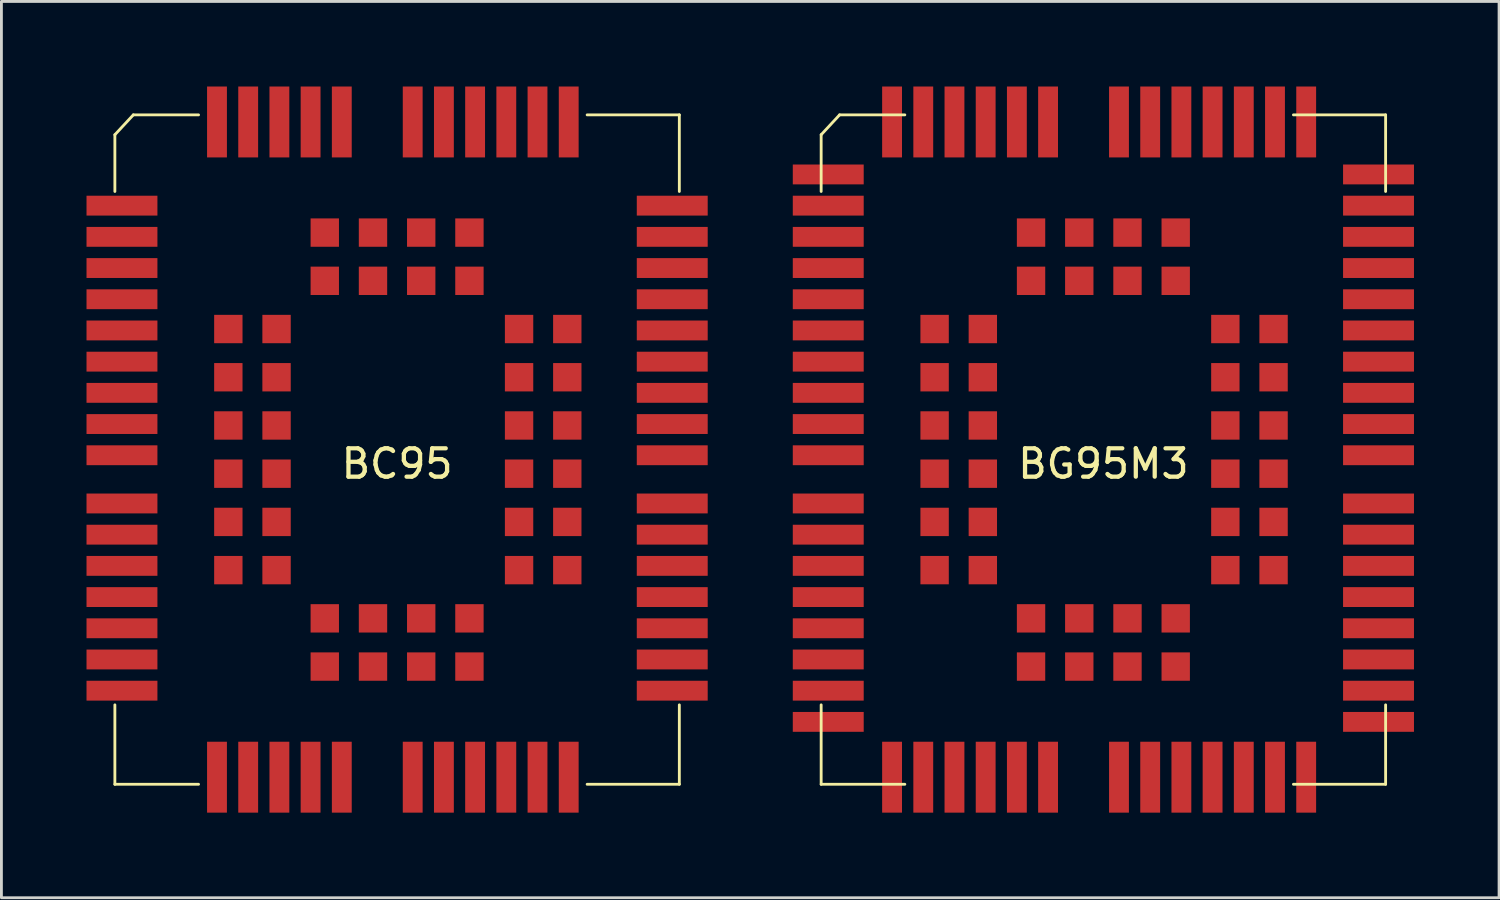
<source format=kicad_pcb>
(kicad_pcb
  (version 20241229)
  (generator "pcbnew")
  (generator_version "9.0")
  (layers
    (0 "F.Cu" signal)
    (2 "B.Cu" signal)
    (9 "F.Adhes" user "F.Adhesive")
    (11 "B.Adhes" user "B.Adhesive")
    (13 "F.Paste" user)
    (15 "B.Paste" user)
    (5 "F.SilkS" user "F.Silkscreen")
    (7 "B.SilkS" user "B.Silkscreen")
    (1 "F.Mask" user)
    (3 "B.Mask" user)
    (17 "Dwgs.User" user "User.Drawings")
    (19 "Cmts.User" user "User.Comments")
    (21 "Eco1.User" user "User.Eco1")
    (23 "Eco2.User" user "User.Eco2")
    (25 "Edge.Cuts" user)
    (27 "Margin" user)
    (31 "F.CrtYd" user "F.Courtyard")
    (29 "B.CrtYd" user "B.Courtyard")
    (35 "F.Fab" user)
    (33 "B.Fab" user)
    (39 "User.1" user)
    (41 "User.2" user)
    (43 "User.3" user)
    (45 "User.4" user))
  (footprint "BG95M3"
    (layer "F.Cu")
    (at 35.85 12.8)
    (property "Reference" "BG95M3" (at 0 0.5 0) (layer "F.SilkS") (effects (font (size 1 1) (thickness 0.15))))
    (attr through_hole)
    (fp_line (start -9.95 -11.1) (end -9.95 -9.1) (stroke (width 0.1) (type solid)) (layer "F.SilkS"))
    (fp_line (start -9.95 9) (end -9.95 11.8) (stroke (width 0.1) (type solid)) (layer "F.SilkS"))
    (fp_line (start -9.95 11.8) (end -7 11.8) (stroke (width 0.1) (type solid)) (layer "F.SilkS"))
    (fp_line (start -9.3 -11.8) (end -9.95 -11.1) (stroke (width 0.1) (type solid)) (layer "F.SilkS"))
    (fp_line (start -9.3 -11.8) (end -7 -11.8) (stroke (width 0.1) (type solid)) (layer "F.SilkS"))
    (fp_line (start 6.7 11.8) (end 9.95 11.8) (stroke (width 0.1) (type solid)) (layer "F.SilkS"))
    (fp_line (start 9.95 -11.8) (end 6.7 -11.8) (stroke (width 0.1) (type solid)) (layer "F.SilkS"))
    (fp_line (start 9.95 -11.8) (end 9.95 -9.1) (stroke (width 0.1) (type solid)) (layer "F.SilkS"))
    (fp_line (start 9.95 9) (end 9.95 11.8) (stroke (width 0.1) (type solid)) (layer "F.SilkS"))
    (pad "1" smd rect (at -9.7 -9.7 90) (size 0.7 2.5) (layers "F.Cu" "F.Mask" "F.Paste"))
    (pad "1" smd rect (at -9.7 -8.6 90) (size 0.7 2.5) (layers "F.Cu" "F.Mask" "F.Paste"))
    (pad "2" smd rect (at -9.7 -7.5 90) (size 0.7 2.5) (layers "F.Cu" "F.Mask" "F.Paste"))
    (pad "3" smd rect (at -9.7 -6.4 90) (size 0.7 2.5) (layers "F.Cu" "F.Mask" "F.Paste"))
    (pad "4" smd rect (at -9.7 -5.3 90) (size 0.7 2.5) (layers "F.Cu" "F.Mask" "F.Paste"))
    (pad "5" smd rect (at -9.7 -4.2 90) (size 0.7 2.5) (layers "F.Cu" "F.Mask" "F.Paste"))
    (pad "6" smd rect (at -9.7 -3.1 90) (size 0.7 2.5) (layers "F.Cu" "F.Mask" "F.Paste"))
    (pad "7" smd rect (at -9.7 -2 90) (size 0.7 2.5) (layers "F.Cu" "F.Mask" "F.Paste"))
    (pad "8" smd rect (at -9.7 -0.9 90) (size 0.7 2.5) (layers "F.Cu" "F.Mask" "F.Paste"))
    (pad "9" smd rect (at -9.7 0.2 90) (size 0.7 2.5) (layers "F.Cu" "F.Mask" "F.Paste"))
    (pad "10" smd rect (at -9.7 1.9 90) (size 0.7 2.5) (layers "F.Cu" "F.Mask" "F.Paste"))
    (pad "11" smd rect (at -9.7 3 90) (size 0.7 2.5) (layers "F.Cu" "F.Mask" "F.Paste"))
    (pad "12" smd rect (at -9.7 4.1 90) (size 0.7 2.5) (layers "F.Cu" "F.Mask" "F.Paste"))
    (pad "13" smd rect (at -9.7 5.2 90) (size 0.7 2.5) (layers "F.Cu" "F.Mask" "F.Paste"))
    (pad "14" smd rect (at -9.7 6.3 90) (size 0.7 2.5) (layers "F.Cu" "F.Mask" "F.Paste"))
    (pad "15" smd rect (at -9.7 7.4 90) (size 0.7 2.5) (layers "F.Cu" "F.Mask" "F.Paste"))
    (pad "16" smd rect (at -9.7 8.5 90) (size 0.7 2.5) (layers "F.Cu" "F.Mask" "F.Paste"))
    (pad "16" smd rect (at -9.7 9.6 90) (size 0.7 2.5) (layers "F.Cu" "F.Mask" "F.Paste"))
    (pad "17" smd rect (at -7.45 11.55) (size 0.7 2.5) (layers "F.Cu" "F.Mask" "F.Paste"))
    (pad "17" smd rect (at -6.35 11.55) (size 0.7 2.5) (layers "F.Cu" "F.Mask" "F.Paste"))
    (pad "18" smd rect (at -5.25 11.55) (size 0.7 2.5) (layers "F.Cu" "F.Mask" "F.Paste"))
    (pad "19" smd rect (at -4.15 11.55) (size 0.7 2.5) (layers "F.Cu" "F.Mask" "F.Paste"))
    (pad "20" smd rect (at -3.05 11.55) (size 0.7 2.5) (layers "F.Cu" "F.Mask" "F.Paste"))
    (pad "21" smd rect (at -1.95 11.55) (size 0.7 2.5) (layers "F.Cu" "F.Mask" "F.Paste"))
    (pad "22" smd rect (at 0.55 11.55) (size 0.7 2.5) (layers "F.Cu" "F.Mask" "F.Paste"))
    (pad "23" smd rect (at 1.65 11.55) (size 0.7 2.5) (layers "F.Cu" "F.Mask" "F.Paste"))
    (pad "24" smd rect (at 2.75 11.55) (size 0.7 2.5) (layers "F.Cu" "F.Mask" "F.Paste"))
    (pad "25" smd rect (at 3.85 11.55) (size 0.7 2.5) (layers "F.Cu" "F.Mask" "F.Paste"))
    (pad "26" smd rect (at 4.95 11.55) (size 0.7 2.5) (layers "F.Cu" "F.Mask" "F.Paste"))
    (pad "27" smd rect (at 6.05 11.55) (size 0.7 2.5) (layers "F.Cu" "F.Mask" "F.Paste"))
    (pad "27" smd rect (at 7.15 11.55) (size 0.7 2.5) (layers "F.Cu" "F.Mask" "F.Paste"))
    (pad "28" smd rect (at 9.7 8.5 90) (size 0.7 2.5) (layers "F.Cu" "F.Mask" "F.Paste"))
    (pad "28" smd rect (at 9.7 9.6 90) (size 0.7 2.5) (layers "F.Cu" "F.Mask" "F.Paste"))
    (pad "29" smd rect (at 9.7 7.4 90) (size 0.7 2.5) (layers "F.Cu" "F.Mask" "F.Paste"))
    (pad "30" smd rect (at 9.7 6.3 90) (size 0.7 2.5) (layers "F.Cu" "F.Mask" "F.Paste"))
    (pad "31" smd rect (at 9.7 5.2 90) (size 0.7 2.5) (layers "F.Cu" "F.Mask" "F.Paste"))
    (pad "32" smd rect (at 9.7 4.1 90) (size 0.7 2.5) (layers "F.Cu" "F.Mask" "F.Paste"))
    (pad "33" smd rect (at 9.7 3 90) (size 0.7 2.5) (layers "F.Cu" "F.Mask" "F.Paste"))
    (pad "34" smd rect (at 9.7 1.9 90) (size 0.7 2.5) (layers "F.Cu" "F.Mask" "F.Paste"))
    (pad "35" smd rect (at 9.7 0.2 90) (size 0.7 2.5) (layers "F.Cu" "F.Mask" "F.Paste"))
    (pad "36" smd rect (at 9.7 -0.9 90) (size 0.7 2.5) (layers "F.Cu" "F.Mask" "F.Paste"))
    (pad "37" smd rect (at 9.7 -2 90) (size 0.7 2.5) (layers "F.Cu" "F.Mask" "F.Paste"))
    (pad "38" smd rect (at 9.7 -3.1 90) (size 0.7 2.5) (layers "F.Cu" "F.Mask" "F.Paste"))
    (pad "39" smd rect (at 9.7 -4.2 90) (size 0.7 2.5) (layers "F.Cu" "F.Mask" "F.Paste"))
    (pad "40" smd rect (at 9.7 -5.3 90) (size 0.7 2.5) (layers "F.Cu" "F.Mask" "F.Paste"))
    (pad "41" smd rect (at 9.7 -6.4 90) (size 0.7 2.5) (layers "F.Cu" "F.Mask" "F.Paste"))
    (pad "42" smd rect (at 9.7 -7.5 90) (size 0.7 2.5) (layers "F.Cu" "F.Mask" "F.Paste"))
    (pad "43" smd rect (at 9.7 -9.7 90) (size 0.7 2.5) (layers "F.Cu" "F.Mask" "F.Paste"))
    (pad "43" smd rect (at 9.7 -8.6 90) (size 0.7 2.5) (layers "F.Cu" "F.Mask" "F.Paste"))
    (pad "44" smd rect (at 6.05 -11.55) (size 0.7 2.5) (layers "F.Cu" "F.Mask" "F.Paste"))
    (pad "44" smd rect (at 7.15 -11.55) (size 0.7 2.5) (layers "F.Cu" "F.Mask" "F.Paste"))
    (pad "45" smd rect (at 4.95 -11.55) (size 0.7 2.5) (layers "F.Cu" "F.Mask" "F.Paste"))
    (pad "46" smd rect (at 3.85 -11.55) (size 0.7 2.5) (layers "F.Cu" "F.Mask" "F.Paste"))
    (pad "47" smd rect (at 2.75 -11.55) (size 0.7 2.5) (layers "F.Cu" "F.Mask" "F.Paste"))
    (pad "48" smd rect (at 1.65 -11.55) (size 0.7 2.5) (layers "F.Cu" "F.Mask" "F.Paste"))
    (pad "49" smd rect (at 0.55 -11.55) (size 0.7 2.5) (layers "F.Cu" "F.Mask" "F.Paste"))
    (pad "50" smd rect (at -1.95 -11.55) (size 0.7 2.5) (layers "F.Cu" "F.Mask" "F.Paste"))
    (pad "51" smd rect (at -3.05 -11.55) (size 0.7 2.5) (layers "F.Cu" "F.Mask" "F.Paste"))
    (pad "52" smd rect (at -4.15 -11.55) (size 0.7 2.5) (layers "F.Cu" "F.Mask" "F.Paste"))
    (pad "53" smd rect (at -5.25 -11.55) (size 0.7 2.5) (layers "F.Cu" "F.Mask" "F.Paste"))
    (pad "54" smd rect (at -7.45 -11.55) (size 0.7 2.5) (layers "F.Cu" "F.Mask" "F.Paste"))
    (pad "54" smd rect (at -6.35 -11.55) (size 0.7 2.5) (layers "F.Cu" "F.Mask" "F.Paste"))
    (pad "55" smd rect (at -5.95 -4.25) (size 1 1) (layers "F.Cu" "F.Mask" "F.Paste"))
    (pad "56" smd rect (at -5.95 -2.55) (size 1 1) (layers "F.Cu" "F.Mask" "F.Paste"))
    (pad "57" smd rect (at -5.95 -0.85) (size 1 1) (layers "F.Cu" "F.Mask" "F.Paste"))
    (pad "58" smd rect (at -5.95 0.85) (size 1 1) (layers "F.Cu" "F.Mask" "F.Paste"))
    (pad "59" smd rect (at -5.95 2.55) (size 1 1) (layers "F.Cu" "F.Mask" "F.Paste"))
    (pad "60" smd rect (at -5.95 4.25) (size 1 1) (layers "F.Cu" "F.Mask" "F.Paste"))
    (pad "61" smd rect (at -2.55 7.65) (size 1 1) (layers "F.Cu" "F.Mask" "F.Paste"))
    (pad "62" smd rect (at -0.85 7.65) (size 1 1) (layers "F.Cu" "F.Mask" "F.Paste"))
    (pad "63" smd rect (at 0.85 7.65) (size 1 1) (layers "F.Cu" "F.Mask" "F.Paste"))
    (pad "64" smd rect (at 2.55 7.65) (size 1 1) (layers "F.Cu" "F.Mask" "F.Paste"))
    (pad "65" smd rect (at 6 4.25) (size 1 1) (layers "F.Cu" "F.Mask" "F.Paste"))
    (pad "66" smd rect (at 6 2.55) (size 1 1) (layers "F.Cu" "F.Mask" "F.Paste"))
    (pad "67" smd rect (at 6 0.85) (size 1 1) (layers "F.Cu" "F.Mask" "F.Paste"))
    (pad "68" smd rect (at 6 -0.85) (size 1 1) (layers "F.Cu" "F.Mask" "F.Paste"))
    (pad "69" smd rect (at 6 -2.55) (size 1 1) (layers "F.Cu" "F.Mask" "F.Paste"))
    (pad "70" smd rect (at 6 -4.25) (size 1 1) (layers "F.Cu" "F.Mask" "F.Paste"))
    (pad "71" smd rect (at 2.55 -7.65) (size 1 1) (layers "F.Cu" "F.Mask" "F.Paste"))
    (pad "72" smd rect (at 0.85 -7.65) (size 1 1) (layers "F.Cu" "F.Mask" "F.Paste"))
    (pad "73" smd rect (at -0.85 -7.65) (size 1 1) (layers "F.Cu" "F.Mask" "F.Paste"))
    (pad "74" smd rect (at -2.55 -7.65) (size 1 1) (layers "F.Cu" "F.Mask" "F.Paste"))
    (pad "75" smd rect (at -4.25 -4.25) (size 1 1) (layers "F.Cu" "F.Mask" "F.Paste"))
    (pad "76" smd rect (at -4.25 -2.55) (size 1 1) (layers "F.Cu" "F.Mask" "F.Paste"))
    (pad "77" smd rect (at -4.25 -0.85) (size 1 1) (layers "F.Cu" "F.Mask" "F.Paste"))
    (pad "78" smd rect (at -4.25 0.85) (size 1 1) (layers "F.Cu" "F.Mask" "F.Paste"))
    (pad "79" smd rect (at -4.25 2.55) (size 1 1) (layers "F.Cu" "F.Mask" "F.Paste"))
    (pad "80" smd rect (at -4.25 4.25) (size 1 1) (layers "F.Cu" "F.Mask" "F.Paste"))
    (pad "81" smd rect (at -2.55 5.95) (size 1 1) (layers "F.Cu" "F.Mask" "F.Paste"))
    (pad "82" smd rect (at -0.85 5.95) (size 1 1) (layers "F.Cu" "F.Mask" "F.Paste"))
    (pad "83" smd rect (at 0.85 5.95) (size 1 1) (layers "F.Cu" "F.Mask" "F.Paste"))
    (pad "84" smd rect (at 2.55 5.95) (size 1 1) (layers "F.Cu" "F.Mask" "F.Paste"))
    (pad "85" smd rect (at 4.3 4.25) (size 1 1) (layers "F.Cu" "F.Mask" "F.Paste"))
    (pad "86" smd rect (at 4.3 2.55) (size 1 1) (layers "F.Cu" "F.Mask" "F.Paste"))
    (pad "87" smd rect (at 4.3 0.85) (size 1 1) (layers "F.Cu" "F.Mask" "F.Paste"))
    (pad "88" smd rect (at 4.3 -0.85) (size 1 1) (layers "F.Cu" "F.Mask" "F.Paste"))
    (pad "89" smd rect (at 4.3 -2.55) (size 1 1) (layers "F.Cu" "F.Mask" "F.Paste"))
    (pad "90" smd rect (at 4.3 -4.25) (size 1 1) (layers "F.Cu" "F.Mask" "F.Paste"))
    (pad "91" smd rect (at 2.55 -5.95) (size 1 1) (layers "F.Cu" "F.Mask" "F.Paste"))
    (pad "92" smd rect (at 0.85 -5.95) (size 1 1) (layers "F.Cu" "F.Mask" "F.Paste"))
    (pad "93" smd rect (at -0.85 -5.95) (size 1 1) (layers "F.Cu" "F.Mask" "F.Paste"))
    (pad "94" smd rect (at -2.55 -5.95) (size 1 1) (layers "F.Cu" "F.Mask" "F.Paste")))
  (footprint "BC95"
    (layer "F.Cu")
    (at 10.95 12.8)
    (property "Reference" "BC95" (at 0 0.5 0) (layer "F.SilkS") (effects (font (size 1 1) (thickness 0.15))))
    (attr through_hole)
    (fp_line (start -9.95 -11.1) (end -9.95 -9.1) (stroke (width 0.1) (type solid)) (layer "F.SilkS"))
    (fp_line (start -9.95 9) (end -9.95 11.8) (stroke (width 0.1) (type solid)) (layer "F.SilkS"))
    (fp_line (start -9.95 11.8) (end -7 11.8) (stroke (width 0.1) (type solid)) (layer "F.SilkS"))
    (fp_line (start -9.3 -11.8) (end -9.95 -11.1) (stroke (width 0.1) (type solid)) (layer "F.SilkS"))
    (fp_line (start -9.3 -11.8) (end -7 -11.8) (stroke (width 0.1) (type solid)) (layer "F.SilkS"))
    (fp_line (start 6.7 11.8) (end 9.95 11.8) (stroke (width 0.1) (type solid)) (layer "F.SilkS"))
    (fp_line (start 9.95 -11.8) (end 6.7 -11.8) (stroke (width 0.1) (type solid)) (layer "F.SilkS"))
    (fp_line (start 9.95 -11.8) (end 9.95 -9.1) (stroke (width 0.1) (type solid)) (layer "F.SilkS"))
    (fp_line (start 9.95 9) (end 9.95 11.8) (stroke (width 0.1) (type solid)) (layer "F.SilkS"))
    (pad "1" smd rect (at -9.7 -8.6 90) (size 0.7 2.5) (layers "F.Cu" "F.Mask" "F.Paste"))
    (pad "2" smd rect (at -9.7 -7.5 90) (size 0.7 2.5) (layers "F.Cu" "F.Mask" "F.Paste"))
    (pad "3" smd rect (at -9.7 -6.4 90) (size 0.7 2.5) (layers "F.Cu" "F.Mask" "F.Paste"))
    (pad "4" smd rect (at -9.7 -5.3 90) (size 0.7 2.5) (layers "F.Cu" "F.Mask" "F.Paste"))
    (pad "5" smd rect (at -9.7 -4.2 90) (size 0.7 2.5) (layers "F.Cu" "F.Mask" "F.Paste"))
    (pad "6" smd rect (at -9.7 -3.1 90) (size 0.7 2.5) (layers "F.Cu" "F.Mask" "F.Paste"))
    (pad "7" smd rect (at -9.7 -2 90) (size 0.7 2.5) (layers "F.Cu" "F.Mask" "F.Paste"))
    (pad "8" smd rect (at -9.7 -0.9 90) (size 0.7 2.5) (layers "F.Cu" "F.Mask" "F.Paste"))
    (pad "9" smd rect (at -9.7 0.2 90) (size 0.7 2.5) (layers "F.Cu" "F.Mask" "F.Paste"))
    (pad "10" smd rect (at -9.7 1.9 90) (size 0.7 2.5) (layers "F.Cu" "F.Mask" "F.Paste"))
    (pad "11" smd rect (at -9.7 3 90) (size 0.7 2.5) (layers "F.Cu" "F.Mask" "F.Paste"))
    (pad "12" smd rect (at -9.7 4.1 90) (size 0.7 2.5) (layers "F.Cu" "F.Mask" "F.Paste"))
    (pad "13" smd rect (at -9.7 5.2 90) (size 0.7 2.5) (layers "F.Cu" "F.Mask" "F.Paste"))
    (pad "14" smd rect (at -9.7 6.3 90) (size 0.7 2.5) (layers "F.Cu" "F.Mask" "F.Paste"))
    (pad "15" smd rect (at -9.7 7.4 90) (size 0.7 2.5) (layers "F.Cu" "F.Mask" "F.Paste"))
    (pad "16" smd rect (at -9.7 8.5 90) (size 0.7 2.5) (layers "F.Cu" "F.Mask" "F.Paste"))
    (pad "17" smd rect (at -6.35 11.55) (size 0.7 2.5) (layers "F.Cu" "F.Mask" "F.Paste"))
    (pad "18" smd rect (at -5.25 11.55) (size 0.7 2.5) (layers "F.Cu" "F.Mask" "F.Paste"))
    (pad "19" smd rect (at -4.15 11.55) (size 0.7 2.5) (layers "F.Cu" "F.Mask" "F.Paste"))
    (pad "20" smd rect (at -3.05 11.55) (size 0.7 2.5) (layers "F.Cu" "F.Mask" "F.Paste"))
    (pad "21" smd rect (at -1.95 11.55) (size 0.7 2.5) (layers "F.Cu" "F.Mask" "F.Paste"))
    (pad "22" smd rect (at 0.55 11.55) (size 0.7 2.5) (layers "F.Cu" "F.Mask" "F.Paste"))
    (pad "23" smd rect (at 1.65 11.55) (size 0.7 2.5) (layers "F.Cu" "F.Mask" "F.Paste"))
    (pad "24" smd rect (at 2.75 11.55) (size 0.7 2.5) (layers "F.Cu" "F.Mask" "F.Paste"))
    (pad "25" smd rect (at 3.85 11.55) (size 0.7 2.5) (layers "F.Cu" "F.Mask" "F.Paste"))
    (pad "26" smd rect (at 4.95 11.55) (size 0.7 2.5) (layers "F.Cu" "F.Mask" "F.Paste"))
    (pad "27" smd rect (at 6.05 11.55) (size 0.7 2.5) (layers "F.Cu" "F.Mask" "F.Paste"))
    (pad "28" smd rect (at 9.7 8.5 90) (size 0.7 2.5) (layers "F.Cu" "F.Mask" "F.Paste"))
    (pad "29" smd rect (at 9.7 7.4 90) (size 0.7 2.5) (layers "F.Cu" "F.Mask" "F.Paste"))
    (pad "30" smd rect (at 9.7 6.3 90) (size 0.7 2.5) (layers "F.Cu" "F.Mask" "F.Paste"))
    (pad "31" smd rect (at 9.7 5.2 90) (size 0.7 2.5) (layers "F.Cu" "F.Mask" "F.Paste"))
    (pad "32" smd rect (at 9.7 4.1 90) (size 0.7 2.5) (layers "F.Cu" "F.Mask" "F.Paste"))
    (pad "33" smd rect (at 9.7 3 90) (size 0.7 2.5) (layers "F.Cu" "F.Mask" "F.Paste"))
    (pad "34" smd rect (at 9.7 1.9 90) (size 0.7 2.5) (layers "F.Cu" "F.Mask" "F.Paste"))
    (pad "35" smd rect (at 9.7 0.2 90) (size 0.7 2.5) (layers "F.Cu" "F.Mask" "F.Paste"))
    (pad "36" smd rect (at 9.7 -0.9 90) (size 0.7 2.5) (layers "F.Cu" "F.Mask" "F.Paste"))
    (pad "37" smd rect (at 9.7 -2 90) (size 0.7 2.5) (layers "F.Cu" "F.Mask" "F.Paste"))
    (pad "38" smd rect (at 9.7 -3.1 90) (size 0.7 2.5) (layers "F.Cu" "F.Mask" "F.Paste"))
    (pad "39" smd rect (at 9.7 -4.2 90) (size 0.7 2.5) (layers "F.Cu" "F.Mask" "F.Paste"))
    (pad "40" smd rect (at 9.7 -5.3 90) (size 0.7 2.5) (layers "F.Cu" "F.Mask" "F.Paste"))
    (pad "41" smd rect (at 9.7 -6.4 90) (size 0.7 2.5) (layers "F.Cu" "F.Mask" "F.Paste"))
    (pad "42" smd rect (at 9.7 -7.5 90) (size 0.7 2.5) (layers "F.Cu" "F.Mask" "F.Paste"))
    (pad "43" smd rect (at 9.7 -8.6 90) (size 0.7 2.5) (layers "F.Cu" "F.Mask" "F.Paste"))
    (pad "44" smd rect (at 6.05 -11.55) (size 0.7 2.5) (layers "F.Cu" "F.Mask" "F.Paste"))
    (pad "45" smd rect (at 4.95 -11.55) (size 0.7 2.5) (layers "F.Cu" "F.Mask" "F.Paste"))
    (pad "46" smd rect (at 3.85 -11.55) (size 0.7 2.5) (layers "F.Cu" "F.Mask" "F.Paste"))
    (pad "47" smd rect (at 2.75 -11.55) (size 0.7 2.5) (layers "F.Cu" "F.Mask" "F.Paste"))
    (pad "48" smd rect (at 1.65 -11.55) (size 0.7 2.5) (layers "F.Cu" "F.Mask" "F.Paste"))
    (pad "49" smd rect (at 0.55 -11.55) (size 0.7 2.5) (layers "F.Cu" "F.Mask" "F.Paste"))
    (pad "50" smd rect (at -1.95 -11.55) (size 0.7 2.5) (layers "F.Cu" "F.Mask" "F.Paste"))
    (pad "51" smd rect (at -3.05 -11.55) (size 0.7 2.5) (layers "F.Cu" "F.Mask" "F.Paste"))
    (pad "52" smd rect (at -4.15 -11.55) (size 0.7 2.5) (layers "F.Cu" "F.Mask" "F.Paste"))
    (pad "53" smd rect (at -5.25 -11.55) (size 0.7 2.5) (layers "F.Cu" "F.Mask" "F.Paste"))
    (pad "54" smd rect (at -6.35 -11.55) (size 0.7 2.5) (layers "F.Cu" "F.Mask" "F.Paste"))
    (pad "55" smd rect (at -5.95 -4.25) (size 1 1) (layers "F.Cu" "F.Mask" "F.Paste"))
    (pad "56" smd rect (at -5.95 -2.55) (size 1 1) (layers "F.Cu" "F.Mask" "F.Paste"))
    (pad "57" smd rect (at -5.95 -0.85) (size 1 1) (layers "F.Cu" "F.Mask" "F.Paste"))
    (pad "58" smd rect (at -5.95 0.85) (size 1 1) (layers "F.Cu" "F.Mask" "F.Paste"))
    (pad "59" smd rect (at -5.95 2.55) (size 1 1) (layers "F.Cu" "F.Mask" "F.Paste"))
    (pad "60" smd rect (at -5.95 4.25) (size 1 1) (layers "F.Cu" "F.Mask" "F.Paste"))
    (pad "61" smd rect (at -2.55 7.65) (size 1 1) (layers "F.Cu" "F.Mask" "F.Paste"))
    (pad "62" smd rect (at -0.85 7.65) (size 1 1) (layers "F.Cu" "F.Mask" "F.Paste"))
    (pad "63" smd rect (at 0.85 7.65) (size 1 1) (layers "F.Cu" "F.Mask" "F.Paste"))
    (pad "64" smd rect (at 2.55 7.65) (size 1 1) (layers "F.Cu" "F.Mask" "F.Paste"))
    (pad "65" smd rect (at 6 4.25) (size 1 1) (layers "F.Cu" "F.Mask" "F.Paste"))
    (pad "66" smd rect (at 6 2.55) (size 1 1) (layers "F.Cu" "F.Mask" "F.Paste"))
    (pad "67" smd rect (at 6 0.85) (size 1 1) (layers "F.Cu" "F.Mask" "F.Paste"))
    (pad "68" smd rect (at 6 -0.85) (size 1 1) (layers "F.Cu" "F.Mask" "F.Paste"))
    (pad "69" smd rect (at 6 -2.55) (size 1 1) (layers "F.Cu" "F.Mask" "F.Paste"))
    (pad "70" smd rect (at 6 -4.25) (size 1 1) (layers "F.Cu" "F.Mask" "F.Paste"))
    (pad "71" smd rect (at 2.55 -7.65) (size 1 1) (layers "F.Cu" "F.Mask" "F.Paste"))
    (pad "72" smd rect (at 0.85 -7.65) (size 1 1) (layers "F.Cu" "F.Mask" "F.Paste"))
    (pad "73" smd rect (at -0.85 -7.65) (size 1 1) (layers "F.Cu" "F.Mask" "F.Paste"))
    (pad "74" smd rect (at -2.55 -7.65) (size 1 1) (layers "F.Cu" "F.Mask" "F.Paste"))
    (pad "75" smd rect (at -4.25 -4.25) (size 1 1) (layers "F.Cu" "F.Mask" "F.Paste"))
    (pad "76" smd rect (at -4.25 -2.55) (size 1 1) (layers "F.Cu" "F.Mask" "F.Paste"))
    (pad "77" smd rect (at -4.25 -0.85) (size 1 1) (layers "F.Cu" "F.Mask" "F.Paste"))
    (pad "78" smd rect (at -4.25 0.85) (size 1 1) (layers "F.Cu" "F.Mask" "F.Paste"))
    (pad "79" smd rect (at -4.25 2.55) (size 1 1) (layers "F.Cu" "F.Mask" "F.Paste"))
    (pad "80" smd rect (at -4.25 4.25) (size 1 1) (layers "F.Cu" "F.Mask" "F.Paste"))
    (pad "81" smd rect (at -2.55 5.95) (size 1 1) (layers "F.Cu" "F.Mask" "F.Paste"))
    (pad "82" smd rect (at -0.85 5.95) (size 1 1) (layers "F.Cu" "F.Mask" "F.Paste"))
    (pad "83" smd rect (at 0.85 5.95) (size 1 1) (layers "F.Cu" "F.Mask" "F.Paste"))
    (pad "84" smd rect (at 2.55 5.95) (size 1 1) (layers "F.Cu" "F.Mask" "F.Paste"))
    (pad "85" smd rect (at 4.3 4.25) (size 1 1) (layers "F.Cu" "F.Mask" "F.Paste"))
    (pad "86" smd rect (at 4.3 2.55) (size 1 1) (layers "F.Cu" "F.Mask" "F.Paste"))
    (pad "87" smd rect (at 4.3 0.85) (size 1 1) (layers "F.Cu" "F.Mask" "F.Paste"))
    (pad "88" smd rect (at 4.3 -0.85) (size 1 1) (layers "F.Cu" "F.Mask" "F.Paste"))
    (pad "89" smd rect (at 4.3 -2.55) (size 1 1) (layers "F.Cu" "F.Mask" "F.Paste"))
    (pad "90" smd rect (at 4.3 -4.25) (size 1 1) (layers "F.Cu" "F.Mask" "F.Paste"))
    (pad "91" smd rect (at 2.55 -5.95) (size 1 1) (layers "F.Cu" "F.Mask" "F.Paste"))
    (pad "92" smd rect (at 0.85 -5.95) (size 1 1) (layers "F.Cu" "F.Mask" "F.Paste"))
    (pad "93" smd rect (at -0.85 -5.95) (size 1 1) (layers "F.Cu" "F.Mask" "F.Paste"))
    (pad "94" smd rect (at -2.55 -5.95) (size 1 1) (layers "F.Cu" "F.Mask" "F.Paste")))
  (gr_rect
    (start -3 -3)
    (end 49.8 28.6)
    (stroke (width 0.1) (type default))
    (fill no)
    (layer "Edge.Cuts")))
</source>
